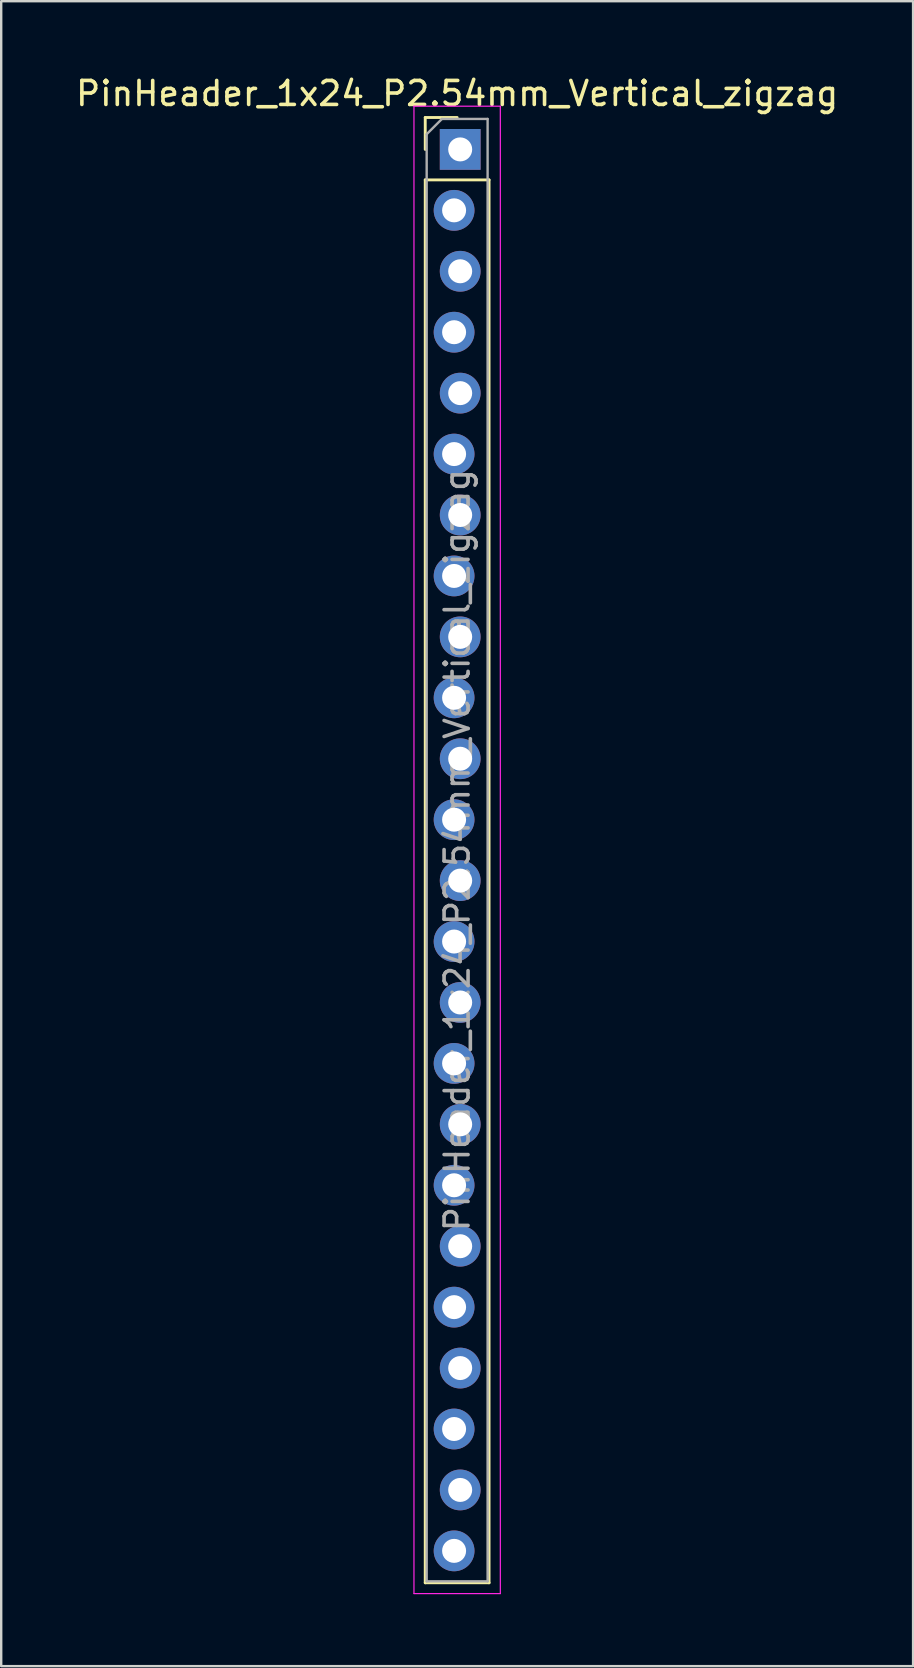
<source format=kicad_pcb>
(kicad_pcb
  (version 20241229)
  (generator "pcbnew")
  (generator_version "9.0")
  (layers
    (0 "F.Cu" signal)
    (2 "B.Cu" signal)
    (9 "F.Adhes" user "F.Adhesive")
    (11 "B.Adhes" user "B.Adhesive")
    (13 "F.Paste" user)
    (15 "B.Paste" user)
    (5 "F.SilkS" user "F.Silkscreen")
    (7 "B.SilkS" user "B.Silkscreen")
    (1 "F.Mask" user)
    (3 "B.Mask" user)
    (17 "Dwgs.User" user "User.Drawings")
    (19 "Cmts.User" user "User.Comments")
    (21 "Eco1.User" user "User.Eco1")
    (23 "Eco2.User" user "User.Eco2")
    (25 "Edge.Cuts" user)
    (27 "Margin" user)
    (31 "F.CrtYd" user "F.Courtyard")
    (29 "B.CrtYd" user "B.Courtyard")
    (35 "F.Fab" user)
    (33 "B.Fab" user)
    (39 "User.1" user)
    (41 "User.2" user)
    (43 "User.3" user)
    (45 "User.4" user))
  (footprint "PinHeader_1x24_P2.54mm_Vertical_zigzag"
    (layer "F.Cu")
    (at 16.006 3.178)
    (property "Reference" "PinHeader_1x24_P2.54mm_Vertical_zigzag" (at 0 -2.33 0) (layer "F.SilkS") (effects (font (size 1 1) (thickness 0.15))))
    (attr through_hole)
    (fp_line (start -1.33 -1.33) (end 0 -1.33) (stroke (width 0.12) (type solid)) (layer "F.SilkS"))
    (fp_line (start -1.33 0) (end -1.33 -1.33) (stroke (width 0.12) (type solid)) (layer "F.SilkS"))
    (fp_line (start -1.33 1.27) (end -1.33 59.75) (stroke (width 0.12) (type solid)) (layer "F.SilkS"))
    (fp_line (start -1.33 1.27) (end 1.33 1.27) (stroke (width 0.12) (type solid)) (layer "F.SilkS"))
    (fp_line (start -1.33 59.75) (end 1.33 59.75) (stroke (width 0.12) (type solid)) (layer "F.SilkS"))
    (fp_line (start 1.33 1.27) (end 1.33 59.75) (stroke (width 0.12) (type solid)) (layer "F.SilkS"))
    (fp_line (start -1.8 -1.8) (end -1.8 60.2) (stroke (width 0.05) (type solid)) (layer "F.CrtYd"))
    (fp_line (start -1.8 60.2) (end 1.8 60.2) (stroke (width 0.05) (type solid)) (layer "F.CrtYd"))
    (fp_line (start 1.8 -1.8) (end -1.8 -1.8) (stroke (width 0.05) (type solid)) (layer "F.CrtYd"))
    (fp_line (start 1.8 60.2) (end 1.8 -1.8) (stroke (width 0.05) (type solid)) (layer "F.CrtYd"))
    (fp_line (start -1.27 -0.635) (end -0.635 -1.27) (stroke (width 0.1) (type solid)) (layer "F.Fab"))
    (fp_line (start -1.27 59.69) (end -1.27 -0.635) (stroke (width 0.1) (type solid)) (layer "F.Fab"))
    (fp_line (start -0.635 -1.27) (end 1.27 -1.27) (stroke (width 0.1) (type solid)) (layer "F.Fab"))
    (fp_line (start 1.27 -1.27) (end 1.27 59.69) (stroke (width 0.1) (type solid)) (layer "F.Fab"))
    (fp_line (start 1.27 59.69) (end -1.27 59.69) (stroke (width 0.1) (type solid)) (layer "F.Fab"))
    (fp_text user "${REFERENCE}" (at 0 29.21 90) (layer "F.Fab") (effects (font (size 1 1) (thickness 0.15))))
    (pad "1" thru_hole rect (at 0.127 0) (size 1.7 1.7) (drill 1) (layers "*.Cu" "*.Mask"))
    (pad "2" thru_hole oval (at -0.127 2.54) (size 1.7 1.7) (drill 1) (layers "*.Cu" "*.Mask"))
    (pad "3" thru_hole oval (at 0.127 5.08) (size 1.7 1.7) (drill 1) (layers "*.Cu" "*.Mask"))
    (pad "4" thru_hole oval (at -0.127 7.62) (size 1.7 1.7) (drill 1) (layers "*.Cu" "*.Mask"))
    (pad "5" thru_hole oval (at 0.127 10.16) (size 1.7 1.7) (drill 1) (layers "*.Cu" "*.Mask"))
    (pad "6" thru_hole oval (at -0.127 12.7) (size 1.7 1.7) (drill 1) (layers "*.Cu" "*.Mask"))
    (pad "7" thru_hole oval (at 0.127 15.24) (size 1.7 1.7) (drill 1) (layers "*.Cu" "*.Mask"))
    (pad "8" thru_hole oval (at -0.127 17.78) (size 1.7 1.7) (drill 1) (layers "*.Cu" "*.Mask"))
    (pad "9" thru_hole oval (at 0.127 20.32) (size 1.7 1.7) (drill 1) (layers "*.Cu" "*.Mask"))
    (pad "10" thru_hole oval (at -0.127 22.86) (size 1.7 1.7) (drill 1) (layers "*.Cu" "*.Mask"))
    (pad "11" thru_hole oval (at 0.127 25.4) (size 1.7 1.7) (drill 1) (layers "*.Cu" "*.Mask"))
    (pad "12" thru_hole oval (at -0.127 27.94) (size 1.7 1.7) (drill 1) (layers "*.Cu" "*.Mask"))
    (pad "13" thru_hole oval (at 0.127 30.48) (size 1.7 1.7) (drill 1) (layers "*.Cu" "*.Mask"))
    (pad "14" thru_hole oval (at -0.127 33.02) (size 1.7 1.7) (drill 1) (layers "*.Cu" "*.Mask"))
    (pad "15" thru_hole oval (at 0.127 35.56) (size 1.7 1.7) (drill 1) (layers "*.Cu" "*.Mask"))
    (pad "16" thru_hole oval (at -0.127 38.1) (size 1.7 1.7) (drill 1) (layers "*.Cu" "*.Mask"))
    (pad "17" thru_hole oval (at 0.127 40.64) (size 1.7 1.7) (drill 1) (layers "*.Cu" "*.Mask"))
    (pad "18" thru_hole oval (at -0.127 43.18) (size 1.7 1.7) (drill 1) (layers "*.Cu" "*.Mask"))
    (pad "19" thru_hole oval (at 0.127 45.72) (size 1.7 1.7) (drill 1) (layers "*.Cu" "*.Mask"))
    (pad "20" thru_hole oval (at -0.127 48.26) (size 1.7 1.7) (drill 1) (layers "*.Cu" "*.Mask"))
    (pad "21" thru_hole oval (at 0.127 50.8) (size 1.7 1.7) (drill 1) (layers "*.Cu" "*.Mask"))
    (pad "22" thru_hole oval (at -0.127 53.34) (size 1.7 1.7) (drill 1) (layers "*.Cu" "*.Mask"))
    (pad "23" thru_hole oval (at 0.127 55.88) (size 1.7 1.7) (drill 1) (layers "*.Cu" "*.Mask"))
    (pad "24" thru_hole oval (at -0.127 58.42) (size 1.7 1.7) (drill 1) (layers "*.Cu" "*.Mask")))
  (gr_rect
    (start -3 -3)
    (end 35.012 66.403)
    (stroke (width 0.1) (type default))
    (fill no)
    (layer "Edge.Cuts")))
</source>
